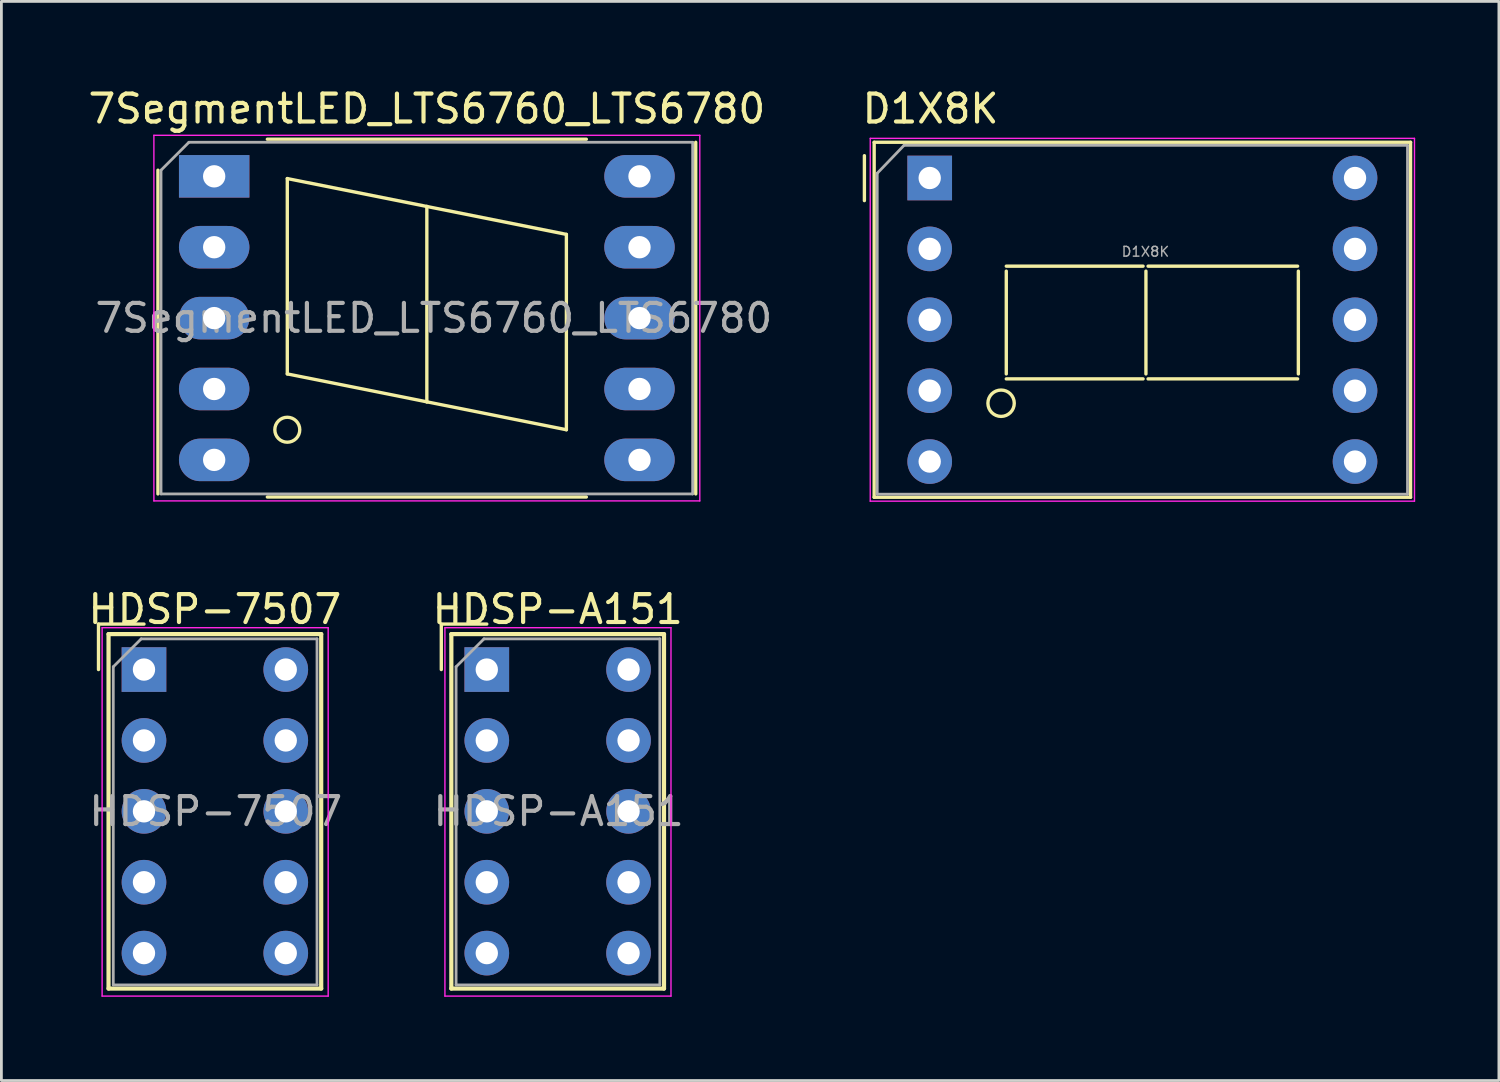
<source format=kicad_pcb>
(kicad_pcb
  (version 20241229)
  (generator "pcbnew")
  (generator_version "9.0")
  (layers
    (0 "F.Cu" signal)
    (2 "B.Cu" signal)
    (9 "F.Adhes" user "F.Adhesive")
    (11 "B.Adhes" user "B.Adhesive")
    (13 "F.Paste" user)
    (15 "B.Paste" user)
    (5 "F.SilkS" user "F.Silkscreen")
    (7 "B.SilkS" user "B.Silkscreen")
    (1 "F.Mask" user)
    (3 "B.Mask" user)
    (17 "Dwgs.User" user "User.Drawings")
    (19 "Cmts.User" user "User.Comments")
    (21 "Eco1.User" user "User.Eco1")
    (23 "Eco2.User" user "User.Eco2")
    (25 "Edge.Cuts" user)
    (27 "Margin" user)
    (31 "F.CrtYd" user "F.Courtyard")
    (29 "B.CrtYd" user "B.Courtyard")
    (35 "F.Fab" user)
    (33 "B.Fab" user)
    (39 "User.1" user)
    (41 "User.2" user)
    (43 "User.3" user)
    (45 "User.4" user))
  (footprint "D1X8K"
    (layer "F.Cu")
    (at 30.262 3.328)
    (property "Reference" "D1X8K" (at 0.03 -2.48 0) (layer "F.SilkS") (effects (font (size 1 1) (thickness 0.15))))
    (attr through_hole)
    (fp_line (start -2.34 -0.8) (end -2.34 0.81) (stroke (width 0.12) (type solid)) (layer "F.SilkS"))
    (fp_line (start -1.99 -1.28) (end -1.99 11.44) (stroke (width 0.12) (type solid)) (layer "F.SilkS"))
    (fp_line (start 2.744 3.337) (end 2.744 7.02) (stroke (width 0.12) (type solid)) (layer "F.SilkS"))
    (fp_line (start 7.646 3.159) (end 2.744 3.159) (stroke (width 0.12) (type solid)) (layer "F.SilkS"))
    (fp_line (start 7.646 7.198) (end 2.744 7.198) (stroke (width 0.12) (type solid)) (layer "F.SilkS"))
    (fp_line (start 7.748 3.337) (end 7.748 7.02) (stroke (width 0.12) (type solid)) (layer "F.SilkS"))
    (fp_line (start 13.183 3.159) (end 7.824 3.159) (stroke (width 0.12) (type solid)) (layer "F.SilkS"))
    (fp_line (start 13.183 7.198) (end 7.824 7.198) (stroke (width 0.12) (type solid)) (layer "F.SilkS"))
    (fp_line (start 13.209 3.337) (end 13.209 7.02) (stroke (width 0.12) (type solid)) (layer "F.SilkS"))
    (fp_line (start 17.23 -1.28) (end -1.99 -1.28) (stroke (width 0.12) (type solid)) (layer "F.SilkS"))
    (fp_line (start 17.23 -1.28) (end 17.23 11.44) (stroke (width 0.12) (type solid)) (layer "F.SilkS"))
    (fp_line (start 17.23 11.44) (end -1.99 11.44) (stroke (width 0.12) (type solid)) (layer "F.SilkS"))
    (fp_circle (center 2.558 8.07) (end 2.837 7.689) (stroke (width 0.12) (type solid)) (fill no) (layer "F.SilkS"))
    (fp_line (start -2.13 -1.42) (end -2.13 11.58) (stroke (width 0.05) (type solid)) (layer "F.CrtYd"))
    (fp_line (start 17.37 -1.42) (end -2.13 -1.42) (stroke (width 0.05) (type solid)) (layer "F.CrtYd"))
    (fp_line (start 17.37 -1.42) (end 17.37 11.58) (stroke (width 0.05) (type solid)) (layer "F.CrtYd"))
    (fp_line (start 17.37 11.58) (end -2.13 11.58) (stroke (width 0.05) (type solid)) (layer "F.CrtYd"))
    (fp_line (start -1.88 -0.17) (end -1.88 11.33) (stroke (width 0.1) (type solid)) (layer "F.Fab"))
    (fp_line (start -0.92 -1.17) (end -1.88 -0.17) (stroke (width 0.1) (type solid)) (layer "F.Fab"))
    (fp_line (start 17.12 -1.17) (end -0.92 -1.17) (stroke (width 0.1) (type solid)) (layer "F.Fab"))
    (fp_line (start 17.12 -1.17) (end 17.12 11.33) (stroke (width 0.1) (type solid)) (layer "F.Fab"))
    (fp_line (start 17.12 11.33) (end -1.88 11.33) (stroke (width 0.1) (type solid)) (layer "F.Fab"))
    (fp_text user "${REFERENCE}" (at 7.73 2.64 0) (layer "F.Fab") (effects (font (size 0.35 0.35) (thickness 0.052))))
    (pad "1" thru_hole rect (at 0 0 270) (size 1.6 1.6) (drill 0.8) (layers "*.Cu" "*.Mask"))
    (pad "2" thru_hole circle (at 0 2.54 270) (size 1.6 1.6) (drill 0.8) (layers "*.Cu" "*.Mask"))
    (pad "3" thru_hole circle (at 0 5.08 270) (size 1.6 1.6) (drill 0.8) (layers "*.Cu" "*.Mask"))
    (pad "4" thru_hole circle (at 0 7.62 270) (size 1.6 1.6) (drill 0.8) (layers "*.Cu" "*.Mask"))
    (pad "5" thru_hole circle (at 0 10.16 270) (size 1.6 1.6) (drill 0.8) (layers "*.Cu" "*.Mask"))
    (pad "6" thru_hole circle (at 15.24 10.16 270) (size 1.6 1.6) (drill 0.8) (layers "*.Cu" "*.Mask"))
    (pad "7" thru_hole circle (at 15.24 7.62 270) (size 1.6 1.6) (drill 0.8) (layers "*.Cu" "*.Mask"))
    (pad "8" thru_hole circle (at 15.24 5.08 270) (size 1.6 1.6) (drill 0.8) (layers "*.Cu" "*.Mask"))
    (pad "9" thru_hole circle (at 15.24 2.54 270) (size 1.6 1.6) (drill 0.8) (layers "*.Cu" "*.Mask"))
    (pad "10" thru_hole circle (at 15.24 0 270) (size 1.6 1.6) (drill 0.8) (layers "*.Cu" "*.Mask")))
  (footprint "HDSP-7507"
    (layer "F.Cu")
    (at 2.109 20.941)
    (property "Reference" "HDSP-7507" (at 2.54 -2.159 0) (layer "F.SilkS") (effects (font (size 1 1) (thickness 0.15))))
    (attr through_hole)
    (fp_line (start -1.63 -1.63) (end 0 -1.63) (stroke (width 0.12) (type solid)) (layer "F.SilkS"))
    (fp_line (start -1.63 0) (end -1.63 -1.63) (stroke (width 0.12) (type solid)) (layer "F.SilkS"))
    (fp_line (start -1.27 -1.27) (end -1.27 11.43) (stroke (width 0.15) (type solid)) (layer "F.SilkS"))
    (fp_line (start -1.27 11.43) (end 6.35 11.43) (stroke (width 0.15) (type solid)) (layer "F.SilkS"))
    (fp_line (start 6.35 -1.27) (end -1.27 -1.27) (stroke (width 0.15) (type solid)) (layer "F.SilkS"))
    (fp_line (start 6.35 11.43) (end 6.35 -1.27) (stroke (width 0.15) (type solid)) (layer "F.SilkS"))
    (fp_line (start -1.5 -1.5) (end 6.6 -1.5) (stroke (width 0.05) (type solid)) (layer "F.CrtYd"))
    (fp_line (start -1.5 11.7) (end -1.5 -1.5) (stroke (width 0.05) (type solid)) (layer "F.CrtYd"))
    (fp_line (start 6.6 -1.5) (end 6.6 11.7) (stroke (width 0.05) (type solid)) (layer "F.CrtYd"))
    (fp_line (start 6.6 11.7) (end -1.5 11.7) (stroke (width 0.05) (type solid)) (layer "F.CrtYd"))
    (fp_line (start -1.1 -0.1) (end -0.1 -1.1) (stroke (width 0.1) (type solid)) (layer "F.Fab"))
    (fp_line (start -1.1 11.3) (end -1.1 -0.1) (stroke (width 0.1) (type solid)) (layer "F.Fab"))
    (fp_line (start -0.1 -1.1) (end 6.2 -1.1) (stroke (width 0.1) (type solid)) (layer "F.Fab"))
    (fp_line (start 6.2 -1.1) (end 6.2 11.3) (stroke (width 0.1) (type solid)) (layer "F.Fab"))
    (fp_line (start 6.2 11.3) (end -1.1 11.3) (stroke (width 0.1) (type solid)) (layer "F.Fab"))
    (fp_text user "${REFERENCE}" (at 2.573 5.08 0) (layer "F.Fab") (effects (font (size 1 1) (thickness 0.15))))
    (pad "1" thru_hole rect (at 0 0) (size 1.6 1.6) (drill 0.8) (layers "*.Cu" "*.Mask"))
    (pad "2" thru_hole circle (at 0 2.54) (size 1.6 1.6) (drill 0.8) (layers "*.Cu" "*.Mask"))
    (pad "3" thru_hole circle (at 0 5.08) (size 1.6 1.6) (drill 0.8) (layers "*.Cu" "*.Mask"))
    (pad "4" thru_hole circle (at 0 7.62) (size 1.6 1.6) (drill 0.8) (layers "*.Cu" "*.Mask"))
    (pad "5" thru_hole circle (at 0 10.16) (size 1.6 1.6) (drill 0.8) (layers "*.Cu" "*.Mask"))
    (pad "6" thru_hole circle (at 5.08 10.16) (size 1.6 1.6) (drill 0.8) (layers "*.Cu" "*.Mask"))
    (pad "7" thru_hole circle (at 5.08 7.62) (size 1.6 1.6) (drill 0.8) (layers "*.Cu" "*.Mask"))
    (pad "8" thru_hole circle (at 5.08 5.08) (size 1.6 1.6) (drill 0.8) (layers "*.Cu" "*.Mask"))
    (pad "9" thru_hole circle (at 5.08 2.54) (size 1.6 1.6) (drill 0.8) (layers "*.Cu" "*.Mask"))
    (pad "10" thru_hole circle (at 5.08 0) (size 1.6 1.6) (drill 0.8) (layers "*.Cu" "*.Mask")))
  (footprint "HDSP-A151"
    (layer "F.Cu")
    (at 14.392 20.941)
    (property "Reference" "HDSP-A151" (at 2.54 -2.159 0) (layer "F.SilkS") (effects (font (size 1 1) (thickness 0.15))))
    (attr through_hole)
    (fp_line (start -1.63 -1.63) (end 0 -1.63) (stroke (width 0.12) (type solid)) (layer "F.SilkS"))
    (fp_line (start -1.63 0) (end -1.63 -1.63) (stroke (width 0.12) (type solid)) (layer "F.SilkS"))
    (fp_line (start -1.27 -1.27) (end -1.27 11.43) (stroke (width 0.15) (type solid)) (layer "F.SilkS"))
    (fp_line (start -1.27 11.43) (end 6.35 11.43) (stroke (width 0.15) (type solid)) (layer "F.SilkS"))
    (fp_line (start 6.35 -1.27) (end -1.27 -1.27) (stroke (width 0.15) (type solid)) (layer "F.SilkS"))
    (fp_line (start 6.35 11.43) (end 6.35 -1.27) (stroke (width 0.15) (type solid)) (layer "F.SilkS"))
    (fp_line (start -1.5 -1.5) (end 6.6 -1.5) (stroke (width 0.05) (type solid)) (layer "F.CrtYd"))
    (fp_line (start -1.5 11.7) (end -1.5 -1.5) (stroke (width 0.05) (type solid)) (layer "F.CrtYd"))
    (fp_line (start 6.6 -1.5) (end 6.6 11.7) (stroke (width 0.05) (type solid)) (layer "F.CrtYd"))
    (fp_line (start 6.6 11.7) (end -1.5 11.7) (stroke (width 0.05) (type solid)) (layer "F.CrtYd"))
    (fp_line (start -1.1 -0.1) (end -0.1 -1.1) (stroke (width 0.1) (type solid)) (layer "F.Fab"))
    (fp_line (start -1.1 11.3) (end -1.1 -0.1) (stroke (width 0.1) (type solid)) (layer "F.Fab"))
    (fp_line (start -0.1 -1.1) (end 6.2 -1.1) (stroke (width 0.1) (type solid)) (layer "F.Fab"))
    (fp_line (start 6.2 -1.1) (end 6.2 11.3) (stroke (width 0.1) (type solid)) (layer "F.Fab"))
    (fp_line (start 6.2 11.3) (end -1.1 11.3) (stroke (width 0.1) (type solid)) (layer "F.Fab"))
    (fp_text user "${REFERENCE}" (at 2.573 5.08 0) (layer "F.Fab") (effects (font (size 1 1) (thickness 0.15))))
    (pad "1" thru_hole rect (at 0 0) (size 1.6 1.6) (drill 0.8) (layers "*.Cu" "*.Mask"))
    (pad "2" thru_hole circle (at 0 2.54) (size 1.6 1.6) (drill 0.8) (layers "*.Cu" "*.Mask"))
    (pad "3" thru_hole circle (at 0 5.08) (size 1.6 1.6) (drill 0.8) (layers "*.Cu" "*.Mask"))
    (pad "4" thru_hole circle (at 0 7.62) (size 1.6 1.6) (drill 0.8) (layers "*.Cu" "*.Mask"))
    (pad "5" thru_hole circle (at 0 10.16) (size 1.6 1.6) (drill 0.8) (layers "*.Cu" "*.Mask"))
    (pad "6" thru_hole circle (at 5.08 10.16) (size 1.6 1.6) (drill 0.8) (layers "*.Cu" "*.Mask"))
    (pad "7" thru_hole circle (at 5.08 7.62) (size 1.6 1.6) (drill 0.8) (layers "*.Cu" "*.Mask"))
    (pad "8" thru_hole circle (at 5.08 5.08) (size 1.6 1.6) (drill 0.8) (layers "*.Cu" "*.Mask"))
    (pad "9" thru_hole circle (at 5.08 2.54) (size 1.6 1.6) (drill 0.8) (layers "*.Cu" "*.Mask"))
    (pad "10" thru_hole circle (at 5.08 0) (size 1.6 1.6) (drill 0.8) (layers "*.Cu" "*.Mask")))
  (footprint "7SegmentLED_LTS6760_LTS6780"
    (layer "F.Cu")
    (at 4.624 3.268)
    (property "Reference" "7SegmentLED_LTS6760_LTS6780" (at 7.62 -2.42 0) (layer "F.SilkS") (effects (font (size 1 1) (thickness 0.15))))
    (attr through_hole)
    (fp_line (start -2.015 -0.22) (end -2.015 11.38) (stroke (width 0.12) (type solid)) (layer "F.SilkS"))
    (fp_line (start 1.905 -1.33) (end 13.335 -1.33) (stroke (width 0.12) (type solid)) (layer "F.SilkS"))
    (fp_line (start 1.905 11.49) (end 13.335 11.49) (stroke (width 0.12) (type solid)) (layer "F.SilkS"))
    (fp_line (start 2.62 0.08) (end 2.62 7.08) (stroke (width 0.12) (type solid)) (layer "F.SilkS"))
    (fp_line (start 2.62 7.08) (end 7.62 8.08) (stroke (width 0.12) (type solid)) (layer "F.SilkS"))
    (fp_line (start 7.62 1.08) (end 2.62 0.08) (stroke (width 0.12) (type solid)) (layer "F.SilkS"))
    (fp_line (start 7.62 8.08) (end 7.62 1.08) (stroke (width 0.12) (type solid)) (layer "F.SilkS"))
    (fp_line (start 12.62 2.08) (end 7.62 1.08) (stroke (width 0.12) (type solid)) (layer "F.SilkS"))
    (fp_line (start 12.62 2.08) (end 12.62 9.08) (stroke (width 0.12) (type solid)) (layer "F.SilkS"))
    (fp_line (start 12.62 9.08) (end 7.62 8.08) (stroke (width 0.12) (type solid)) (layer "F.SilkS"))
    (fp_line (start 17.255 11.38) (end 17.255 -1.22) (stroke (width 0.12) (type solid)) (layer "F.SilkS"))
    (fp_circle (center 2.62 9.08) (end 3.067 9.08) (stroke (width 0.12) (type solid)) (fill no) (layer "F.SilkS"))
    (fp_line (start -2.16 -1.47) (end -2.16 11.63) (stroke (width 0.05) (type solid)) (layer "F.CrtYd"))
    (fp_line (start -2.16 -1.47) (end 17.4 -1.47) (stroke (width 0.05) (type solid)) (layer "F.CrtYd"))
    (fp_line (start -2.16 11.63) (end 17.4 11.63) (stroke (width 0.05) (type solid)) (layer "F.CrtYd"))
    (fp_line (start 17.4 -1.47) (end 17.4 11.63) (stroke (width 0.05) (type solid)) (layer "F.CrtYd"))
    (fp_line (start -1.905 -0.22) (end -1.905 11.38) (stroke (width 0.1) (type solid)) (layer "F.Fab"))
    (fp_line (start -1.905 11.38) (end 17.145 11.38) (stroke (width 0.1) (type solid)) (layer "F.Fab"))
    (fp_line (start -0.905 -1.22) (end -1.905 -0.22) (stroke (width 0.1) (type solid)) (layer "F.Fab"))
    (fp_line (start -0.905 -1.22) (end 17.145 -1.22) (stroke (width 0.1) (type solid)) (layer "F.Fab"))
    (fp_line (start 17.145 11.38) (end 17.145 -1.22) (stroke (width 0.1) (type solid)) (layer "F.Fab"))
    (fp_text user "${REFERENCE}" (at 7.87 5.08 0) (layer "F.Fab") (effects (font (size 1 1) (thickness 0.15))))
    (pad "1" thru_hole rect (at 0 0 270) (size 1.524 2.524) (drill 0.8) (layers "*.Cu" "*.Mask"))
    (pad "2" thru_hole oval (at 0 2.54 270) (size 1.524 2.524) (drill 0.8) (layers "*.Cu" "*.Mask"))
    (pad "3" thru_hole oval (at 0 5.08 270) (size 1.524 2.524) (drill 0.8) (layers "*.Cu" "*.Mask"))
    (pad "4" thru_hole oval (at 0 7.62 270) (size 1.524 2.524) (drill 0.8) (layers "*.Cu" "*.Mask"))
    (pad "5" thru_hole oval (at 0 10.16 270) (size 1.524 2.524) (drill 0.8) (layers "*.Cu" "*.Mask"))
    (pad "6" thru_hole oval (at 15.24 10.16 270) (size 1.524 2.524) (drill 0.8) (layers "*.Cu" "*.Mask"))
    (pad "7" thru_hole oval (at 15.24 7.62 270) (size 1.524 2.524) (drill 0.8) (layers "*.Cu" "*.Mask"))
    (pad "8" thru_hole oval (at 15.24 5.08 270) (size 1.524 2.524) (drill 0.8) (layers "*.Cu" "*.Mask"))
    (pad "9" thru_hole oval (at 15.24 2.54 270) (size 1.524 2.524) (drill 0.8) (layers "*.Cu" "*.Mask"))
    (pad "10" thru_hole oval (at 15.24 0 270) (size 1.524 2.524) (drill 0.8) (layers "*.Cu" "*.Mask")))
  (gr_rect
    (start -3 -3)
    (end 50.657 35.666)
    (stroke (width 0.1) (type default))
    (fill no)
    (layer "Edge.Cuts")))
</source>
